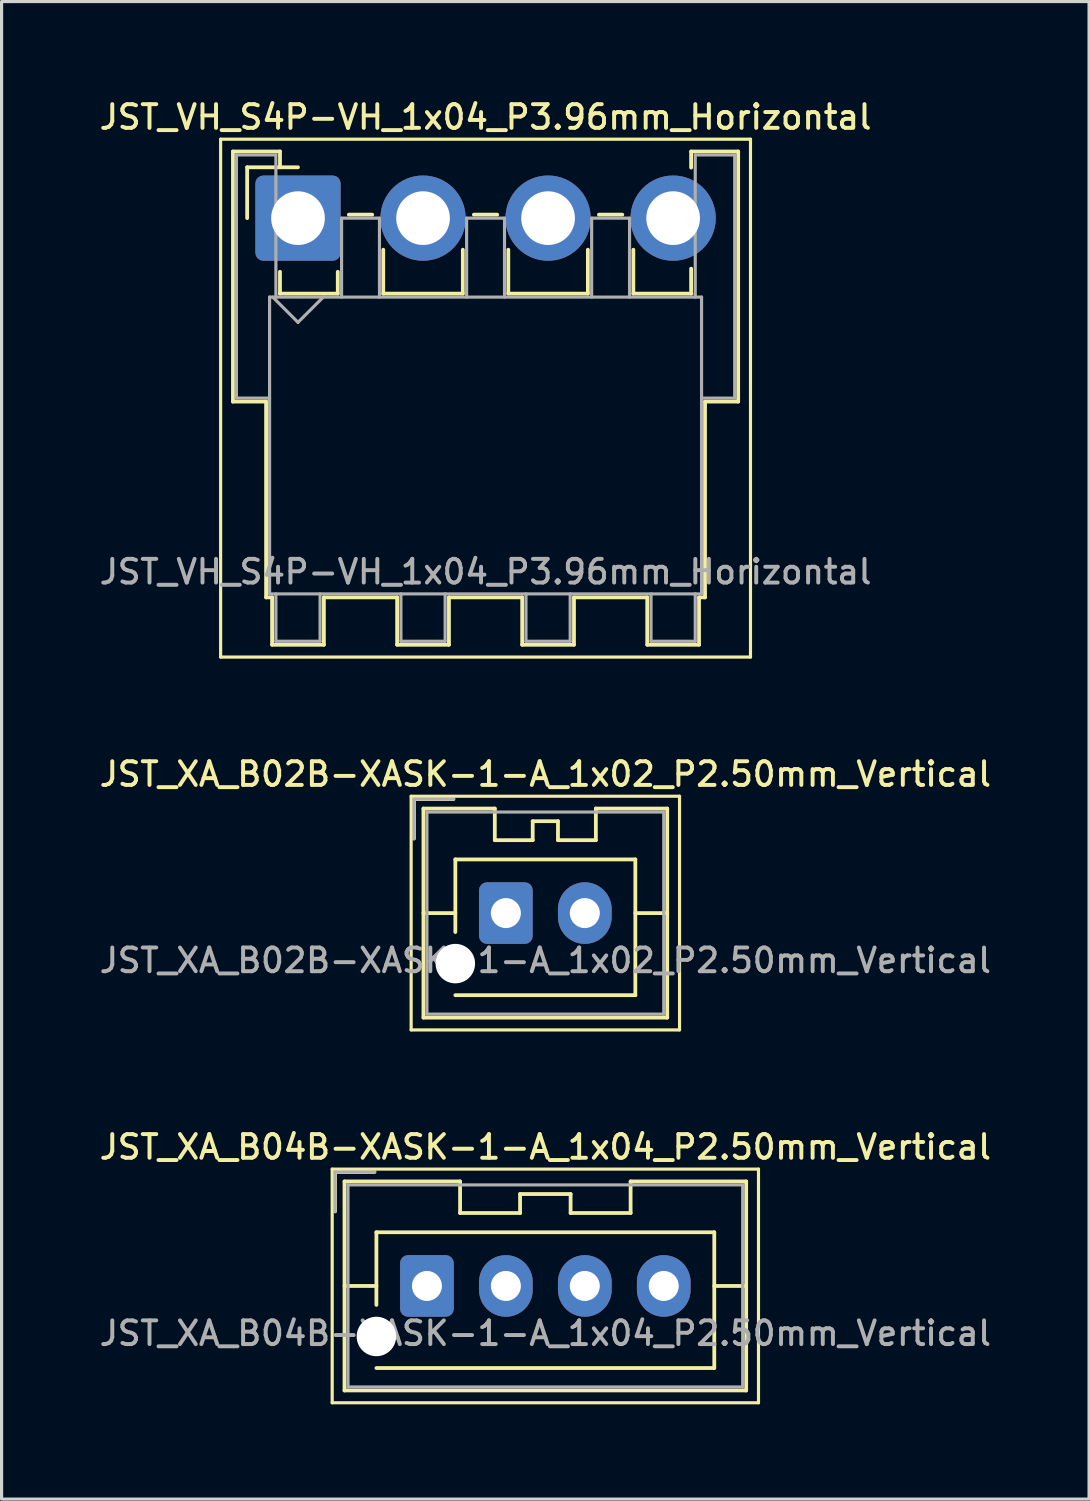
<source format=kicad_pcb>
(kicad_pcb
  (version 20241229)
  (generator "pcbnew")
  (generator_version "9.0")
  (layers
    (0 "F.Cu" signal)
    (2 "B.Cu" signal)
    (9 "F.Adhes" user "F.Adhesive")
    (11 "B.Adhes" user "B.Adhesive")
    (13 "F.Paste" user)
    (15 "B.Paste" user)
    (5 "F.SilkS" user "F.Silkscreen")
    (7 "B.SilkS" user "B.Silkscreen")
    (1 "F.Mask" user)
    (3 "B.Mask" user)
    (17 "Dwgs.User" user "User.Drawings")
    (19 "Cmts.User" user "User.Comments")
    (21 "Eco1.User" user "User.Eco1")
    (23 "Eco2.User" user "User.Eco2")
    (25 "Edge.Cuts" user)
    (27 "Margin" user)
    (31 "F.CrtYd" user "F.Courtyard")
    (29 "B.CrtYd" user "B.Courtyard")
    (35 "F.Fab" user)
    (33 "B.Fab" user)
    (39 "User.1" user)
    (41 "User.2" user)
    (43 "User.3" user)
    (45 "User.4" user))
  (footprint "JST_XA_B02B-XASK-1-A_1x02_P2.50mm_Vertical"
    (layer "F.Cu")
    (at 12.97 25.866)
    (property "Reference" "JST_XA_B02B-XASK-1-A_1x02_P2.50mm_Vertical" (at 1.25 -4.4 0) (layer "F.SilkS") (effects (font (size 0.75 0.75) (thickness 0.125))))
    (attr through_hole)
    (fp_line (start -3 -3.7) (end -3 3.7) (stroke (width 0.1) (type solid)) (layer "F.SilkS"))
    (fp_line (start -3 3.7) (end 5.5 3.7) (stroke (width 0.1) (type solid)) (layer "F.SilkS"))
    (fp_line (start -2.91 -3.61) (end -2.91 -2.36) (stroke (width 0.12) (type solid)) (layer "F.SilkS"))
    (fp_line (start -2.61 -3.31) (end -2.61 3.31) (stroke (width 0.12) (type solid)) (layer "F.SilkS"))
    (fp_line (start -2.61 0) (end -1.6 0) (stroke (width 0.12) (type solid)) (layer "F.SilkS"))
    (fp_line (start -2.61 3.31) (end 5.11 3.31) (stroke (width 0.12) (type solid)) (layer "F.SilkS"))
    (fp_line (start -1.66 -3.61) (end -2.91 -3.61) (stroke (width 0.12) (type solid)) (layer "F.SilkS"))
    (fp_line (start -1.6 -1.7) (end 4.1 -1.7) (stroke (width 0.12) (type solid)) (layer "F.SilkS"))
    (fp_line (start -1.6 0.6) (end -1.6 -1.7) (stroke (width 0.12) (type solid)) (layer "F.SilkS"))
    (fp_line (start -0.35 -3.31) (end -2.61 -3.31) (stroke (width 0.12) (type solid)) (layer "F.SilkS"))
    (fp_line (start -0.35 -2.31) (end -0.35 -3.31) (stroke (width 0.12) (type solid)) (layer "F.SilkS"))
    (fp_line (start 0.85 -2.91) (end 0.85 -2.31) (stroke (width 0.12) (type solid)) (layer "F.SilkS"))
    (fp_line (start 0.85 -2.31) (end -0.35 -2.31) (stroke (width 0.12) (type solid)) (layer "F.SilkS"))
    (fp_line (start 1.65 -2.91) (end 0.85 -2.91) (stroke (width 0.12) (type solid)) (layer "F.SilkS"))
    (fp_line (start 1.65 -2.31) (end 1.65 -2.91) (stroke (width 0.12) (type solid)) (layer "F.SilkS"))
    (fp_line (start 2.85 -3.31) (end 2.85 -2.31) (stroke (width 0.12) (type solid)) (layer "F.SilkS"))
    (fp_line (start 2.85 -2.31) (end 1.65 -2.31) (stroke (width 0.12) (type solid)) (layer "F.SilkS"))
    (fp_line (start 4.1 -1.7) (end 4.1 2.6) (stroke (width 0.12) (type solid)) (layer "F.SilkS"))
    (fp_line (start 4.1 2.6) (end -1.6 2.6) (stroke (width 0.12) (type solid)) (layer "F.SilkS"))
    (fp_line (start 5.11 -3.31) (end 2.85 -3.31) (stroke (width 0.12) (type solid)) (layer "F.SilkS"))
    (fp_line (start 5.11 0) (end 4.1 0) (stroke (width 0.12) (type solid)) (layer "F.SilkS"))
    (fp_line (start 5.11 3.31) (end 5.11 -3.31) (stroke (width 0.12) (type solid)) (layer "F.SilkS"))
    (fp_line (start 5.5 -3.7) (end -3 -3.7) (stroke (width 0.1) (type solid)) (layer "F.SilkS"))
    (fp_line (start 5.5 3.7) (end 5.5 -3.7) (stroke (width 0.1) (type solid)) (layer "F.SilkS"))
    (fp_line (start -2.91 -3.61) (end -2.91 -2.36) (stroke (width 0.1) (type solid)) (layer "F.Fab"))
    (fp_line (start -2.5 -3.2) (end -2.5 3.2) (stroke (width 0.1) (type solid)) (layer "F.Fab"))
    (fp_line (start -2.5 3.2) (end 5 3.2) (stroke (width 0.1) (type solid)) (layer "F.Fab"))
    (fp_line (start -1.66 -3.61) (end -2.91 -3.61) (stroke (width 0.1) (type solid)) (layer "F.Fab"))
    (fp_line (start 5 -3.2) (end -2.5 -3.2) (stroke (width 0.1) (type solid)) (layer "F.Fab"))
    (fp_line (start 5 3.2) (end 5 -3.2) (stroke (width 0.1) (type solid)) (layer "F.Fab"))
    (fp_text user "${REFERENCE}" (at 1.25 1.5 0) (layer "F.Fab") (effects (font (size 0.75 0.75) (thickness 0.125))))
    (pad "" np_thru_hole circle (at -1.6 1.6) (size 1.25 1.25) (drill 1.25) (layers "*.Cu" "*.Mask"))
    (pad "1" thru_hole roundrect (at 0 0) (size 1.7 1.95) (drill 0.95) (layers "*.Cu" "*.Mask") (roundrect_rratio 0.147))
    (pad "2" thru_hole oval (at 2.5 0) (size 1.7 1.95) (drill 0.95) (layers "*.Cu" "*.Mask")))
  (footprint "JST_XA_B04B-XASK-1-A_1x04_P2.50mm_Vertical"
    (layer "F.Cu")
    (at 10.47 37.674)
    (property "Reference" "JST_XA_B04B-XASK-1-A_1x04_P2.50mm_Vertical" (at 3.75 -4.4 0) (layer "F.SilkS") (effects (font (size 0.75 0.75) (thickness 0.125))))
    (attr through_hole)
    (fp_line (start -3 -3.7) (end -3 3.7) (stroke (width 0.1) (type solid)) (layer "F.SilkS"))
    (fp_line (start -3 3.7) (end 10.5 3.7) (stroke (width 0.1) (type solid)) (layer "F.SilkS"))
    (fp_line (start -2.91 -3.61) (end -2.91 -2.36) (stroke (width 0.12) (type solid)) (layer "F.SilkS"))
    (fp_line (start -2.61 -3.31) (end -2.61 3.31) (stroke (width 0.12) (type solid)) (layer "F.SilkS"))
    (fp_line (start -2.61 0) (end -1.6 0) (stroke (width 0.12) (type solid)) (layer "F.SilkS"))
    (fp_line (start -2.61 3.31) (end 10.11 3.31) (stroke (width 0.12) (type solid)) (layer "F.SilkS"))
    (fp_line (start -1.66 -3.61) (end -2.91 -3.61) (stroke (width 0.12) (type solid)) (layer "F.SilkS"))
    (fp_line (start -1.6 -1.7) (end 9.1 -1.7) (stroke (width 0.12) (type solid)) (layer "F.SilkS"))
    (fp_line (start -1.6 0.6) (end -1.6 -1.7) (stroke (width 0.12) (type solid)) (layer "F.SilkS"))
    (fp_line (start 1.05 -3.31) (end -2.61 -3.31) (stroke (width 0.12) (type solid)) (layer "F.SilkS"))
    (fp_line (start 1.05 -2.31) (end 1.05 -3.31) (stroke (width 0.12) (type solid)) (layer "F.SilkS"))
    (fp_line (start 2.95 -2.91) (end 2.95 -2.31) (stroke (width 0.12) (type solid)) (layer "F.SilkS"))
    (fp_line (start 2.95 -2.31) (end 1.05 -2.31) (stroke (width 0.12) (type solid)) (layer "F.SilkS"))
    (fp_line (start 4.55 -2.91) (end 2.95 -2.91) (stroke (width 0.12) (type solid)) (layer "F.SilkS"))
    (fp_line (start 4.55 -2.31) (end 4.55 -2.91) (stroke (width 0.12) (type solid)) (layer "F.SilkS"))
    (fp_line (start 6.45 -3.31) (end 6.45 -2.31) (stroke (width 0.12) (type solid)) (layer "F.SilkS"))
    (fp_line (start 6.45 -2.31) (end 4.55 -2.31) (stroke (width 0.12) (type solid)) (layer "F.SilkS"))
    (fp_line (start 9.1 -1.7) (end 9.1 2.6) (stroke (width 0.12) (type solid)) (layer "F.SilkS"))
    (fp_line (start 9.1 2.6) (end -1.6 2.6) (stroke (width 0.12) (type solid)) (layer "F.SilkS"))
    (fp_line (start 10.11 -3.31) (end 6.45 -3.31) (stroke (width 0.12) (type solid)) (layer "F.SilkS"))
    (fp_line (start 10.11 0) (end 9.1 0) (stroke (width 0.12) (type solid)) (layer "F.SilkS"))
    (fp_line (start 10.11 3.31) (end 10.11 -3.31) (stroke (width 0.12) (type solid)) (layer "F.SilkS"))
    (fp_line (start 10.5 -3.7) (end -3 -3.7) (stroke (width 0.1) (type solid)) (layer "F.SilkS"))
    (fp_line (start 10.5 3.7) (end 10.5 -3.7) (stroke (width 0.1) (type solid)) (layer "F.SilkS"))
    (fp_line (start -2.91 -3.61) (end -2.91 -2.36) (stroke (width 0.1) (type solid)) (layer "F.Fab"))
    (fp_line (start -2.5 -3.2) (end -2.5 3.2) (stroke (width 0.1) (type solid)) (layer "F.Fab"))
    (fp_line (start -2.5 3.2) (end 10 3.2) (stroke (width 0.1) (type solid)) (layer "F.Fab"))
    (fp_line (start -1.66 -3.61) (end -2.91 -3.61) (stroke (width 0.1) (type solid)) (layer "F.Fab"))
    (fp_line (start 10 -3.2) (end -2.5 -3.2) (stroke (width 0.1) (type solid)) (layer "F.Fab"))
    (fp_line (start 10 3.2) (end 10 -3.2) (stroke (width 0.1) (type solid)) (layer "F.Fab"))
    (fp_text user "${REFERENCE}" (at 3.75 1.5 0) (layer "F.Fab") (effects (font (size 0.75 0.75) (thickness 0.125))))
    (pad "" np_thru_hole circle (at -1.6 1.6) (size 1.25 1.25) (drill 1.25) (layers "*.Cu" "*.Mask"))
    (pad "1" thru_hole roundrect (at 0 0) (size 1.7 1.95) (drill 0.95) (layers "*.Cu" "*.Mask") (roundrect_rratio 0.147))
    (pad "2" thru_hole oval (at 2.5 0) (size 1.7 1.95) (drill 0.95) (layers "*.Cu" "*.Mask"))
    (pad "3" thru_hole oval (at 5 0) (size 1.7 1.95) (drill 0.95) (layers "*.Cu" "*.Mask"))
    (pad "4" thru_hole oval (at 7.5 0) (size 1.7 1.95) (drill 0.95) (layers "*.Cu" "*.Mask")))
  (footprint "JST_VH_S4P-VH_1x04_P3.96mm_Horizontal"
    (layer "F.Cu")
    (at 6.387 3.858)
    (property "Reference" "JST_VH_S4P-VH_1x04_P3.96mm_Horizontal" (at 5.94 -3.2 0) (layer "F.SilkS") (effects (font (size 0.75 0.75) (thickness 0.125))))
    (attr through_hole)
    (fp_line (start -2.45 -2.5) (end -2.45 13.9) (stroke (width 0.1) (type solid)) (layer "F.SilkS"))
    (fp_line (start -2.45 13.9) (end 14.33 13.9) (stroke (width 0.1) (type solid)) (layer "F.SilkS"))
    (fp_line (start -2.06 -2.11) (end -0.57 -2.11) (stroke (width 0.12) (type solid)) (layer "F.SilkS"))
    (fp_line (start -2.06 5.81) (end -2.06 -2.11) (stroke (width 0.12) (type solid)) (layer "F.SilkS"))
    (fp_line (start -1.61 -1.61) (end -1.61 0) (stroke (width 0.12) (type solid)) (layer "F.SilkS"))
    (fp_line (start -1.01 5.81) (end -2.06 5.81) (stroke (width 0.12) (type solid)) (layer "F.SilkS"))
    (fp_line (start -1.01 5.81) (end -1.01 12.01) (stroke (width 0.12) (type solid)) (layer "F.SilkS"))
    (fp_line (start -1.01 12.01) (end -0.82 12.01) (stroke (width 0.12) (type solid)) (layer "F.SilkS"))
    (fp_line (start -0.82 12.01) (end -0.82 13.51) (stroke (width 0.12) (type solid)) (layer "F.SilkS"))
    (fp_line (start -0.82 13.51) (end 0.82 13.51) (stroke (width 0.12) (type solid)) (layer "F.SilkS"))
    (fp_line (start -0.58 2.39) (end 1.26 2.39) (stroke (width 0.12) (type solid)) (layer "F.SilkS"))
    (fp_line (start -0.57 -2.11) (end -0.57 -1.61) (stroke (width 0.12) (type solid)) (layer "F.SilkS"))
    (fp_line (start -0.57 1.7) (end -0.57 2.39) (stroke (width 0.12) (type solid)) (layer "F.SilkS"))
    (fp_line (start 0 -1.61) (end -1.61 -1.61) (stroke (width 0.12) (type solid)) (layer "F.SilkS"))
    (fp_line (start 0.82 12.01) (end 3.14 12.01) (stroke (width 0.12) (type solid)) (layer "F.SilkS"))
    (fp_line (start 0.82 13.51) (end 0.82 12.01) (stroke (width 0.12) (type solid)) (layer "F.SilkS"))
    (fp_line (start 1.26 2.39) (end 1.26 1.7) (stroke (width 0.12) (type solid)) (layer "F.SilkS"))
    (fp_line (start 1.61 -0.11) (end 2.35 -0.11) (stroke (width 0.12) (type solid)) (layer "F.SilkS"))
    (fp_line (start 2.7 1) (end 2.7 2.39) (stroke (width 0.12) (type solid)) (layer "F.SilkS"))
    (fp_line (start 2.7 2.39) (end 5.22 2.39) (stroke (width 0.12) (type solid)) (layer "F.SilkS"))
    (fp_line (start 3.14 12.01) (end 3.14 13.51) (stroke (width 0.12) (type solid)) (layer "F.SilkS"))
    (fp_line (start 3.14 13.51) (end 4.78 13.51) (stroke (width 0.12) (type solid)) (layer "F.SilkS"))
    (fp_line (start 4.78 12.01) (end 7.1 12.01) (stroke (width 0.12) (type solid)) (layer "F.SilkS"))
    (fp_line (start 4.78 13.51) (end 4.78 12.01) (stroke (width 0.12) (type solid)) (layer "F.SilkS"))
    (fp_line (start 5.22 2.39) (end 5.22 1) (stroke (width 0.12) (type solid)) (layer "F.SilkS"))
    (fp_line (start 5.57 -0.11) (end 6.31 -0.11) (stroke (width 0.12) (type solid)) (layer "F.SilkS"))
    (fp_line (start 6.66 1) (end 6.66 2.39) (stroke (width 0.12) (type solid)) (layer "F.SilkS"))
    (fp_line (start 6.66 2.39) (end 9.18 2.39) (stroke (width 0.12) (type solid)) (layer "F.SilkS"))
    (fp_line (start 7.1 12.01) (end 7.1 13.51) (stroke (width 0.12) (type solid)) (layer "F.SilkS"))
    (fp_line (start 7.1 13.51) (end 8.74 13.51) (stroke (width 0.12) (type solid)) (layer "F.SilkS"))
    (fp_line (start 8.74 12.01) (end 11.06 12.01) (stroke (width 0.12) (type solid)) (layer "F.SilkS"))
    (fp_line (start 8.74 13.51) (end 8.74 12.01) (stroke (width 0.12) (type solid)) (layer "F.SilkS"))
    (fp_line (start 9.18 2.39) (end 9.18 1) (stroke (width 0.12) (type solid)) (layer "F.SilkS"))
    (fp_line (start 9.53 -0.11) (end 10.27 -0.11) (stroke (width 0.12) (type solid)) (layer "F.SilkS"))
    (fp_line (start 10.62 1) (end 10.62 2.39) (stroke (width 0.12) (type solid)) (layer "F.SilkS"))
    (fp_line (start 10.62 2.39) (end 12.46 2.39) (stroke (width 0.12) (type solid)) (layer "F.SilkS"))
    (fp_line (start 11.06 12.01) (end 11.06 13.51) (stroke (width 0.12) (type solid)) (layer "F.SilkS"))
    (fp_line (start 11.06 13.51) (end 12.7 13.51) (stroke (width 0.12) (type solid)) (layer "F.SilkS"))
    (fp_line (start 12.45 -2.11) (end 13.94 -2.11) (stroke (width 0.12) (type solid)) (layer "F.SilkS"))
    (fp_line (start 12.45 -1.6) (end 12.45 -2.11) (stroke (width 0.12) (type solid)) (layer "F.SilkS"))
    (fp_line (start 12.45 2.39) (end 12.45 1.6) (stroke (width 0.12) (type solid)) (layer "F.SilkS"))
    (fp_line (start 12.7 12.01) (end 12.89 12.01) (stroke (width 0.12) (type solid)) (layer "F.SilkS"))
    (fp_line (start 12.7 13.51) (end 12.7 12.01) (stroke (width 0.12) (type solid)) (layer "F.SilkS"))
    (fp_line (start 12.89 12.01) (end 12.89 5.81) (stroke (width 0.12) (type solid)) (layer "F.SilkS"))
    (fp_line (start 13.94 -2.11) (end 13.94 5.81) (stroke (width 0.12) (type solid)) (layer "F.SilkS"))
    (fp_line (start 13.94 5.81) (end 12.89 5.81) (stroke (width 0.12) (type solid)) (layer "F.SilkS"))
    (fp_line (start 14.33 -2.5) (end -2.45 -2.5) (stroke (width 0.1) (type solid)) (layer "F.SilkS"))
    (fp_line (start 14.33 13.9) (end 14.33 -2.5) (stroke (width 0.1) (type solid)) (layer "F.SilkS"))
    (fp_line (start -1.95 -2) (end -0.7 -2) (stroke (width 0.1) (type solid)) (layer "F.Fab"))
    (fp_line (start -1.95 5.7) (end -1.95 -2) (stroke (width 0.1) (type solid)) (layer "F.Fab"))
    (fp_line (start -0.9 2.5) (end -0.9 11.9) (stroke (width 0.1) (type solid)) (layer "F.Fab"))
    (fp_line (start -0.9 5.7) (end -1.95 5.7) (stroke (width 0.1) (type solid)) (layer "F.Fab"))
    (fp_line (start -0.9 11.9) (end 12.78 11.9) (stroke (width 0.1) (type solid)) (layer "F.Fab"))
    (fp_line (start -0.8 2.5) (end 0 3.3) (stroke (width 0.1) (type solid)) (layer "F.Fab"))
    (fp_line (start -0.7 -2) (end -0.7 2.5) (stroke (width 0.1) (type solid)) (layer "F.Fab"))
    (fp_line (start -0.7 11.9) (end -0.7 13.4) (stroke (width 0.1) (type solid)) (layer "F.Fab"))
    (fp_line (start -0.7 13.4) (end 0.7 13.4) (stroke (width 0.1) (type solid)) (layer "F.Fab"))
    (fp_line (start 0 3.3) (end 0.8 2.5) (stroke (width 0.1) (type solid)) (layer "F.Fab"))
    (fp_line (start 0.7 13.4) (end 0.7 11.9) (stroke (width 0.1) (type solid)) (layer "F.Fab"))
    (fp_line (start 1.38 0) (end 2.58 0) (stroke (width 0.1) (type solid)) (layer "F.Fab"))
    (fp_line (start 1.38 2.5) (end 1.38 0) (stroke (width 0.1) (type solid)) (layer "F.Fab"))
    (fp_line (start 2.58 0) (end 2.58 2.5) (stroke (width 0.1) (type solid)) (layer "F.Fab"))
    (fp_line (start 3.26 11.9) (end 3.26 13.4) (stroke (width 0.1) (type solid)) (layer "F.Fab"))
    (fp_line (start 3.26 13.4) (end 4.66 13.4) (stroke (width 0.1) (type solid)) (layer "F.Fab"))
    (fp_line (start 4.66 13.4) (end 4.66 11.9) (stroke (width 0.1) (type solid)) (layer "F.Fab"))
    (fp_line (start 5.34 0) (end 6.54 0) (stroke (width 0.1) (type solid)) (layer "F.Fab"))
    (fp_line (start 5.34 2.5) (end 5.34 0) (stroke (width 0.1) (type solid)) (layer "F.Fab"))
    (fp_line (start 6.54 0) (end 6.54 2.5) (stroke (width 0.1) (type solid)) (layer "F.Fab"))
    (fp_line (start 7.22 11.9) (end 7.22 13.4) (stroke (width 0.1) (type solid)) (layer "F.Fab"))
    (fp_line (start 7.22 13.4) (end 8.62 13.4) (stroke (width 0.1) (type solid)) (layer "F.Fab"))
    (fp_line (start 8.62 13.4) (end 8.62 11.9) (stroke (width 0.1) (type solid)) (layer "F.Fab"))
    (fp_line (start 9.3 0) (end 10.5 0) (stroke (width 0.1) (type solid)) (layer "F.Fab"))
    (fp_line (start 9.3 2.5) (end 9.3 0) (stroke (width 0.1) (type solid)) (layer "F.Fab"))
    (fp_line (start 10.5 0) (end 10.5 2.5) (stroke (width 0.1) (type solid)) (layer "F.Fab"))
    (fp_line (start 11.18 11.9) (end 11.18 13.4) (stroke (width 0.1) (type solid)) (layer "F.Fab"))
    (fp_line (start 11.18 13.4) (end 12.58 13.4) (stroke (width 0.1) (type solid)) (layer "F.Fab"))
    (fp_line (start 12.58 -2) (end 13.83 -2) (stroke (width 0.1) (type solid)) (layer "F.Fab"))
    (fp_line (start 12.58 2.5) (end 12.58 -2) (stroke (width 0.1) (type solid)) (layer "F.Fab"))
    (fp_line (start 12.58 13.4) (end 12.58 11.9) (stroke (width 0.1) (type solid)) (layer "F.Fab"))
    (fp_line (start 12.78 2.5) (end -0.9 2.5) (stroke (width 0.1) (type solid)) (layer "F.Fab"))
    (fp_line (start 12.78 11.9) (end 12.78 2.5) (stroke (width 0.1) (type solid)) (layer "F.Fab"))
    (fp_line (start 13.83 -2) (end 13.83 5.7) (stroke (width 0.1) (type solid)) (layer "F.Fab"))
    (fp_line (start 13.83 5.7) (end 12.78 5.7) (stroke (width 0.1) (type solid)) (layer "F.Fab"))
    (fp_text user "${REFERENCE}" (at 5.94 11.2 0) (layer "F.Fab") (effects (font (size 0.75 0.75) (thickness 0.125))))
    (pad "1" thru_hole roundrect (at 0 0) (size 2.7 2.7) (drill 1.7) (layers "*.Cu" "*.Mask") (roundrect_rratio 0.093))
    (pad "2" thru_hole circle (at 3.96 0) (size 2.7 2.7) (drill 1.7) (layers "*.Cu" "*.Mask"))
    (pad "3" thru_hole circle (at 7.92 0) (size 2.7 2.7) (drill 1.7) (layers "*.Cu" "*.Mask"))
    (pad "4" thru_hole circle (at 11.88 0) (size 2.7 2.7) (drill 1.7) (layers "*.Cu" "*.Mask")))
  (gr_rect
    (start -3 -3)
    (end 31.439 44.424)
    (stroke (width 0.1) (type default))
    (fill no)
    (layer "Edge.Cuts")))
</source>
